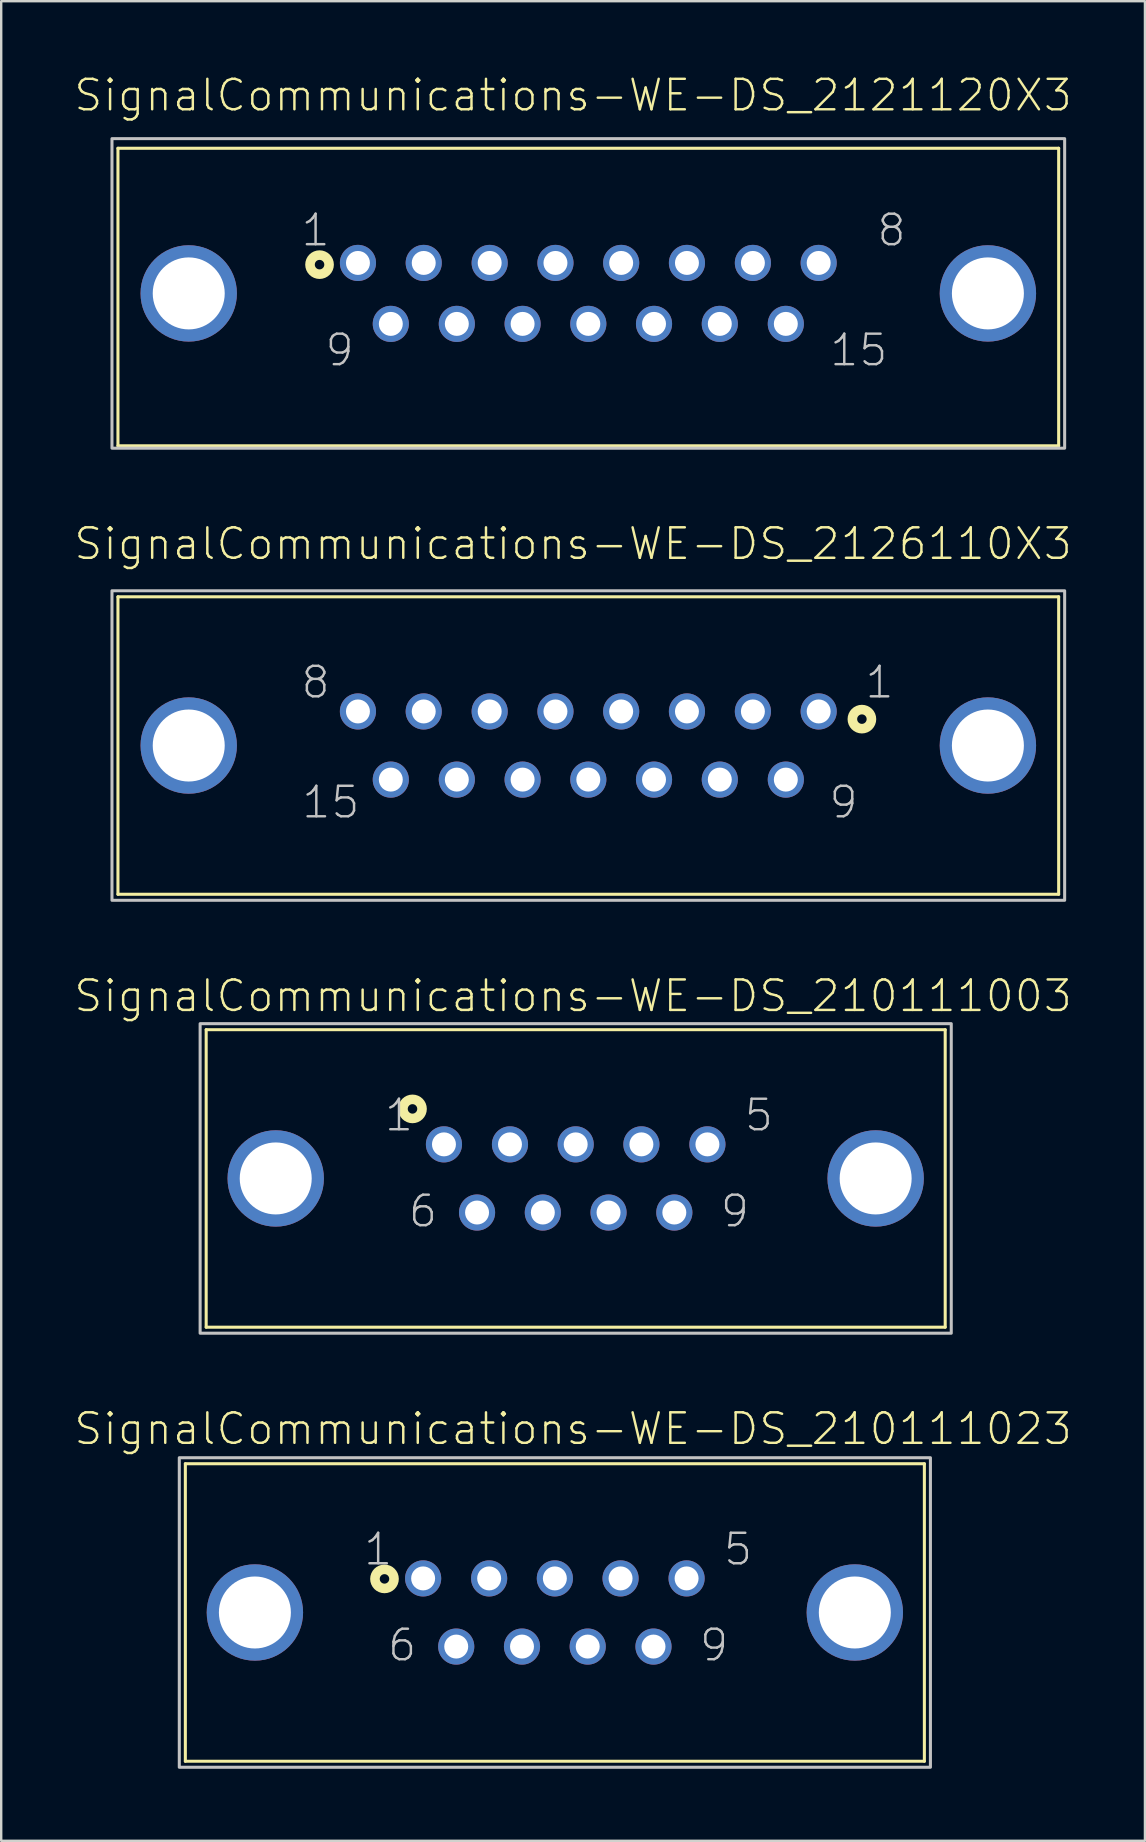
<source format=kicad_pcb>
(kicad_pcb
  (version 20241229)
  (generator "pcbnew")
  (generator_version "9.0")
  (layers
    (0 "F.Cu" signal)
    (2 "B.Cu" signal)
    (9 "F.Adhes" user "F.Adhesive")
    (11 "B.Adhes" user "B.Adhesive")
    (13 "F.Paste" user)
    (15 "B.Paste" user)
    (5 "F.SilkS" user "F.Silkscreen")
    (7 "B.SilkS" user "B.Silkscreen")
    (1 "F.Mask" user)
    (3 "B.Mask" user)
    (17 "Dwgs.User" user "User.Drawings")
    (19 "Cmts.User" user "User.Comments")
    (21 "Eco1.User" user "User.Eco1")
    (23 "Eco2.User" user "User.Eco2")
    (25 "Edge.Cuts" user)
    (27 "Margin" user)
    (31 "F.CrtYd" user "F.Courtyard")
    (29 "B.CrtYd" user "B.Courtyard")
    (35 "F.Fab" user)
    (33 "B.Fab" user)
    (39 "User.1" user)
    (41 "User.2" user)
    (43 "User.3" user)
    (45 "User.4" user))
  (footprint "SignalCommunications-WE-DS_210111003"
    (layer "F.Cu")
    (at 20.938 46.054)
    (property "Reference" "SignalCommunications-WE-DS_210111003" (at -0.109 -7.605 0) (layer "F.SilkS") (effects (font (size 1.27 1.27) (thickness 0.102))))
    (attr exclude_from_pos_files exclude_from_bom)
    (fp_line (start -15.397 -6.198) (end -15.397 6.198) (stroke (width 0.127) (type solid)) (layer "F.SilkS"))
    (fp_line (start -15.397 -6.198) (end 15.397 -6.198) (stroke (width 0.127) (type solid)) (layer "F.SilkS"))
    (fp_line (start -15.397 6.198) (end 15.397 6.198) (stroke (width 0.127) (type solid)) (layer "F.SilkS"))
    (fp_line (start 15.397 -6.198) (end 15.397 6.198) (stroke (width 0.127) (type solid)) (layer "F.SilkS"))
    (fp_circle (center -6.8 -2.898) (end -6.8 -3.096) (stroke (width 0.399) (type solid)) (fill no) (layer "F.SilkS"))
    (fp_poly (pts (xy -15.649 -6.449) (xy 15.649 -6.449) (xy 15.649 6.449) (xy -15.649 6.449) (xy -15.649 -6.449)) (stroke (width 0.127) (type solid)) (fill no) (layer "Dwgs.User"))
    (fp_text user "6" (at -6.363 1.364 0) (layer "Dwgs.User") (effects (font (size 1.27 1.27) (thickness 0.102))))
    (fp_text user "9" (at 6.634 1.364 0) (layer "Dwgs.User") (effects (font (size 1.27 1.27) (thickness 0.102))))
    (fp_text user "1" (at -7.363 -2.634 0) (layer "Dwgs.User") (effects (font (size 1.27 1.27) (thickness 0.102))))
    (fp_text user "5" (at 7.633 -2.634 0) (layer "Dwgs.User") (effects (font (size 1.27 1.27) (thickness 0.102))))
    (pad "1" thru_hole circle (at -5.489 -1.42) (size 1.506 1.506) (drill 0.998) (layers "*.Cu" "*.Paste" "*.Mask"))
    (pad "2" thru_hole circle (at -2.738 -1.42) (size 1.506 1.506) (drill 0.998) (layers "*.Cu" "*.Paste" "*.Mask"))
    (pad "3" thru_hole circle (at 0 -1.42) (size 1.506 1.506) (drill 0.998) (layers "*.Cu" "*.Paste" "*.Mask"))
    (pad "4" thru_hole circle (at 2.738 -1.42) (size 1.506 1.506) (drill 0.998) (layers "*.Cu" "*.Paste" "*.Mask"))
    (pad "5" thru_hole circle (at 5.489 -1.42) (size 1.506 1.506) (drill 0.998) (layers "*.Cu" "*.Paste" "*.Mask"))
    (pad "6" thru_hole circle (at -4.11 1.42) (size 1.506 1.506) (drill 0.998) (layers "*.Cu" "*.Paste" "*.Mask"))
    (pad "7" thru_hole circle (at -1.369 1.42) (size 1.506 1.506) (drill 0.998) (layers "*.Cu" "*.Paste" "*.Mask"))
    (pad "8" thru_hole circle (at 1.369 1.42) (size 1.506 1.506) (drill 0.998) (layers "*.Cu" "*.Paste" "*.Mask"))
    (pad "9" thru_hole circle (at 4.11 1.42) (size 1.506 1.506) (drill 0.998) (layers "*.Cu" "*.Paste" "*.Mask"))
    (pad "GND1" thru_hole circle (at -12.499 0) (size 4.016 4.016) (drill 3) (layers "*.Cu" "*.Paste" "*.Mask"))
    (pad "GND2" thru_hole circle (at 12.499 0) (size 4.016 4.016) (drill 3) (layers "*.Cu" "*.Paste" "*.Mask")))
  (footprint "SignalCommunications-WE-DS_210111023"
    (layer "F.Cu")
    (at 20.07 64.14)
    (property "Reference" "SignalCommunications-WE-DS_210111023" (at 0.759 -7.653 0) (layer "F.SilkS") (effects (font (size 1.27 1.27) (thickness 0.102))))
    (attr exclude_from_pos_files exclude_from_bom)
    (fp_line (start -15.397 -6.198) (end 15.397 -6.198) (stroke (width 0.127) (type solid)) (layer "F.SilkS"))
    (fp_line (start -15.397 6.198) (end -15.397 -6.198) (stroke (width 0.127) (type solid)) (layer "F.SilkS"))
    (fp_line (start 15.397 -6.198) (end 15.397 6.198) (stroke (width 0.127) (type solid)) (layer "F.SilkS"))
    (fp_line (start 15.397 6.198) (end -15.397 6.198) (stroke (width 0.127) (type solid)) (layer "F.SilkS"))
    (fp_circle (center -7.099 -1.4) (end -7.099 -1.598) (stroke (width 0.399) (type solid)) (fill no) (layer "F.SilkS"))
    (fp_poly (pts (xy -15.649 -6.449) (xy 15.649 -6.449) (xy 15.649 6.449) (xy -15.649 6.449) (xy -15.649 -6.449)) (stroke (width 0.127) (type solid)) (fill no) (layer "Dwgs.User"))
    (fp_text user "5" (at 7.633 -2.634 0) (layer "Dwgs.User") (effects (font (size 1.27 1.27) (thickness 0.102))))
    (fp_text user "9" (at 6.634 1.364 0) (layer "Dwgs.User") (effects (font (size 1.27 1.27) (thickness 0.102))))
    (fp_text user "6" (at -6.363 1.364 0) (layer "Dwgs.User") (effects (font (size 1.27 1.27) (thickness 0.102))))
    (fp_text user "1" (at -7.363 -2.634 0) (layer "Dwgs.User") (effects (font (size 1.27 1.27) (thickness 0.102))))
    (pad "1" thru_hole circle (at -5.489 -1.42) (size 1.506 1.506) (drill 0.998) (layers "*.Cu" "*.Paste" "*.Mask"))
    (pad "2" thru_hole circle (at -2.738 -1.42) (size 1.506 1.506) (drill 0.998) (layers "*.Cu" "*.Paste" "*.Mask"))
    (pad "3" thru_hole circle (at 0 -1.42) (size 1.506 1.506) (drill 0.998) (layers "*.Cu" "*.Paste" "*.Mask"))
    (pad "4" thru_hole circle (at 2.738 -1.42) (size 1.506 1.506) (drill 0.998) (layers "*.Cu" "*.Paste" "*.Mask"))
    (pad "5" thru_hole circle (at 5.489 -1.42) (size 1.506 1.506) (drill 0.998) (layers "*.Cu" "*.Paste" "*.Mask"))
    (pad "6" thru_hole circle (at -4.11 1.42) (size 1.506 1.506) (drill 0.998) (layers "*.Cu" "*.Paste" "*.Mask"))
    (pad "7" thru_hole circle (at -1.369 1.42) (size 1.506 1.506) (drill 0.998) (layers "*.Cu" "*.Paste" "*.Mask"))
    (pad "8" thru_hole circle (at 1.369 1.42) (size 1.506 1.506) (drill 0.998) (layers "*.Cu" "*.Paste" "*.Mask"))
    (pad "9" thru_hole circle (at 4.11 1.42) (size 1.506 1.506) (drill 0.998) (layers "*.Cu" "*.Paste" "*.Mask"))
    (pad "GND1" thru_hole circle (at -12.499 0) (size 4.016 4.016) (drill 3) (layers "*.Cu" "*.Paste" "*.Mask"))
    (pad "GND2" thru_hole circle (at 12.499 0) (size 4.016 4.016) (drill 3) (layers "*.Cu" "*.Paste" "*.Mask")))
  (footprint "SignalCommunications-WE-DS_2126110X3"
    (layer "F.Cu")
    (at 21.464 28.015)
    (property "Reference" "SignalCommunications-WE-DS_2126110X3" (at -0.635 -8.405 0) (layer "F.SilkS") (effects (font (size 1.27 1.27) (thickness 0.102))))
    (attr exclude_from_pos_files exclude_from_bom)
    (fp_line (start -19.599 -6.198) (end -19.599 6.198) (stroke (width 0.127) (type solid)) (layer "F.SilkS"))
    (fp_line (start -19.599 -6.198) (end 19.599 -6.198) (stroke (width 0.127) (type solid)) (layer "F.SilkS"))
    (fp_line (start -19.599 6.198) (end 19.599 6.198) (stroke (width 0.127) (type solid)) (layer "F.SilkS"))
    (fp_line (start 19.599 -6.198) (end 19.599 6.198) (stroke (width 0.127) (type solid)) (layer "F.SilkS"))
    (fp_circle (center 11.4 -1.1) (end 11.4 -1.298) (stroke (width 0.399) (type solid)) (fill no) (layer "F.SilkS"))
    (fp_poly (pts (xy -19.848 -6.449) (xy 19.848 -6.449) (xy 19.848 6.449) (xy -19.848 6.449) (xy -19.848 -6.449)) (stroke (width 0.127) (type solid)) (fill no) (layer "Dwgs.User"))
    (fp_text user "8" (at -11.364 -2.634 0) (layer "Dwgs.User") (effects (font (size 1.27 1.27) (thickness 0.102))))
    (fp_text user "15" (at -10.729 2.365 0) (layer "Dwgs.User") (effects (font (size 1.27 1.27) (thickness 0.102))))
    (fp_text user "9" (at 10.635 2.365 0) (layer "Dwgs.User") (effects (font (size 1.27 1.27) (thickness 0.102))))
    (fp_text user "1" (at 12.134 -2.634 0) (layer "Dwgs.User") (effects (font (size 1.27 1.27) (thickness 0.102))))
    (pad "1" thru_hole circle (at 9.599 -1.42) (size 1.506 1.506) (drill 0.998) (layers "*.Cu" "*.Paste" "*.Mask"))
    (pad "2" thru_hole circle (at 6.858 -1.42) (size 1.506 1.506) (drill 0.998) (layers "*.Cu" "*.Paste" "*.Mask"))
    (pad "3" thru_hole circle (at 4.11 -1.42) (size 1.506 1.506) (drill 0.998) (layers "*.Cu" "*.Paste" "*.Mask"))
    (pad "4" thru_hole circle (at 1.369 -1.42) (size 1.506 1.506) (drill 0.998) (layers "*.Cu" "*.Paste" "*.Mask"))
    (pad "5" thru_hole circle (at -1.369 -1.42) (size 1.506 1.506) (drill 0.998) (layers "*.Cu" "*.Paste" "*.Mask"))
    (pad "6" thru_hole circle (at -4.11 -1.42) (size 1.506 1.506) (drill 0.998) (layers "*.Cu" "*.Paste" "*.Mask"))
    (pad "7" thru_hole circle (at -6.858 -1.42) (size 1.506 1.506) (drill 0.998) (layers "*.Cu" "*.Paste" "*.Mask"))
    (pad "8" thru_hole circle (at -9.599 -1.42) (size 1.506 1.506) (drill 0.998) (layers "*.Cu" "*.Paste" "*.Mask"))
    (pad "9" thru_hole circle (at 8.23 1.42) (size 1.506 1.506) (drill 0.998) (layers "*.Cu" "*.Paste" "*.Mask"))
    (pad "10" thru_hole circle (at 5.479 1.42) (size 1.506 1.506) (drill 0.998) (layers "*.Cu" "*.Paste" "*.Mask"))
    (pad "11" thru_hole circle (at 2.738 1.42) (size 1.506 1.506) (drill 0.998) (layers "*.Cu" "*.Paste" "*.Mask"))
    (pad "12" thru_hole circle (at 0 1.42) (size 1.506 1.506) (drill 0.998) (layers "*.Cu" "*.Paste" "*.Mask"))
    (pad "13" thru_hole circle (at -2.738 1.42) (size 1.506 1.506) (drill 0.998) (layers "*.Cu" "*.Paste" "*.Mask"))
    (pad "14" thru_hole circle (at -5.479 1.42) (size 1.506 1.506) (drill 0.998) (layers "*.Cu" "*.Paste" "*.Mask"))
    (pad "15" thru_hole circle (at -8.23 1.42) (size 1.506 1.506) (drill 0.998) (layers "*.Cu" "*.Paste" "*.Mask"))
    (pad "GND1" thru_hole circle (at -16.65 0) (size 4.016 4.016) (drill 3) (layers "*.Cu" "*.Paste" "*.Mask"))
    (pad "GND2" thru_hole circle (at 16.65 0) (size 4.016 4.016) (drill 3) (layers "*.Cu" "*.Paste" "*.Mask")))
  (footprint "SignalCommunications-WE-DS_2121120X3"
    (layer "F.Cu")
    (at 21.464 9.176)
    (property "Reference" "SignalCommunications-WE-DS_2121120X3" (at -0.635 -8.255 0) (layer "F.SilkS") (effects (font (size 1.27 1.27) (thickness 0.102))))
    (attr exclude_from_pos_files exclude_from_bom)
    (fp_line (start -19.599 -6.048) (end -19.599 6.35) (stroke (width 0.127) (type solid)) (layer "F.SilkS"))
    (fp_line (start -19.599 -6.048) (end 19.599 -6.048) (stroke (width 0.127) (type solid)) (layer "F.SilkS"))
    (fp_line (start -19.599 6.35) (end 19.599 6.35) (stroke (width 0.127) (type solid)) (layer "F.SilkS"))
    (fp_line (start 19.599 -6.048) (end 19.599 6.35) (stroke (width 0.127) (type solid)) (layer "F.SilkS"))
    (fp_circle (center -11.199 -1.199) (end -11.199 -1.397) (stroke (width 0.399) (type solid)) (fill no) (layer "F.SilkS"))
    (fp_poly (pts (xy -19.848 -6.449) (xy 19.848 -6.449) (xy 19.848 6.449) (xy -19.848 6.449) (xy -19.848 -6.449)) (stroke (width 0.127) (type solid)) (fill no) (layer "Dwgs.User"))
    (fp_text user "9" (at -10.363 2.365 0) (layer "Dwgs.User") (effects (font (size 1.27 1.27) (thickness 0.102))))
    (fp_text user "8" (at 12.634 -2.634 0) (layer "Dwgs.User") (effects (font (size 1.27 1.27) (thickness 0.102))))
    (fp_text user "1" (at -11.364 -2.634 0) (layer "Dwgs.User") (effects (font (size 1.27 1.27) (thickness 0.102))))
    (fp_text user "15" (at 11.27 2.365 0) (layer "Dwgs.User") (effects (font (size 1.27 1.27) (thickness 0.102))))
    (pad "1" thru_hole circle (at -9.599 -1.27) (size 1.506 1.506) (drill 0.998) (layers "*.Cu" "*.Paste" "*.Mask"))
    (pad "2" thru_hole circle (at -6.858 -1.27) (size 1.506 1.506) (drill 0.998) (layers "*.Cu" "*.Paste" "*.Mask"))
    (pad "3" thru_hole circle (at -4.11 -1.27) (size 1.506 1.506) (drill 0.998) (layers "*.Cu" "*.Paste" "*.Mask"))
    (pad "4" thru_hole circle (at -1.369 -1.27) (size 1.506 1.506) (drill 0.998) (layers "*.Cu" "*.Paste" "*.Mask"))
    (pad "5" thru_hole circle (at 1.369 -1.27) (size 1.506 1.506) (drill 0.998) (layers "*.Cu" "*.Paste" "*.Mask"))
    (pad "6" thru_hole circle (at 4.11 -1.27) (size 1.506 1.506) (drill 0.998) (layers "*.Cu" "*.Paste" "*.Mask"))
    (pad "7" thru_hole circle (at 6.858 -1.27) (size 1.506 1.506) (drill 0.998) (layers "*.Cu" "*.Paste" "*.Mask"))
    (pad "8" thru_hole circle (at 9.599 -1.27) (size 1.506 1.506) (drill 0.998) (layers "*.Cu" "*.Paste" "*.Mask"))
    (pad "9" thru_hole circle (at -8.23 1.27) (size 1.506 1.506) (drill 0.998) (layers "*.Cu" "*.Paste" "*.Mask"))
    (pad "10" thru_hole circle (at -5.479 1.27) (size 1.506 1.506) (drill 0.998) (layers "*.Cu" "*.Paste" "*.Mask"))
    (pad "11" thru_hole circle (at -2.738 1.27) (size 1.506 1.506) (drill 0.998) (layers "*.Cu" "*.Paste" "*.Mask"))
    (pad "12" thru_hole circle (at 0 1.27) (size 1.506 1.506) (drill 0.998) (layers "*.Cu" "*.Paste" "*.Mask"))
    (pad "13" thru_hole circle (at 2.738 1.27) (size 1.506 1.506) (drill 0.998) (layers "*.Cu" "*.Paste" "*.Mask"))
    (pad "14" thru_hole circle (at 5.479 1.27) (size 1.506 1.506) (drill 0.998) (layers "*.Cu" "*.Paste" "*.Mask"))
    (pad "15" thru_hole circle (at 8.23 1.27) (size 1.506 1.506) (drill 0.998) (layers "*.Cu" "*.Paste" "*.Mask"))
    (pad "GND1" thru_hole circle (at -16.65 0) (size 4.016 4.016) (drill 3) (layers "*.Cu" "*.Paste" "*.Mask"))
    (pad "GND2" thru_hole circle (at 16.65 0) (size 4.016 4.016) (drill 3) (layers "*.Cu" "*.Paste" "*.Mask")))
  (gr_rect
    (start -3 -3)
    (end 44.658 73.653)
    (stroke (width 0.1) (type default))
    (fill no)
    (layer "Edge.Cuts")))
</source>
